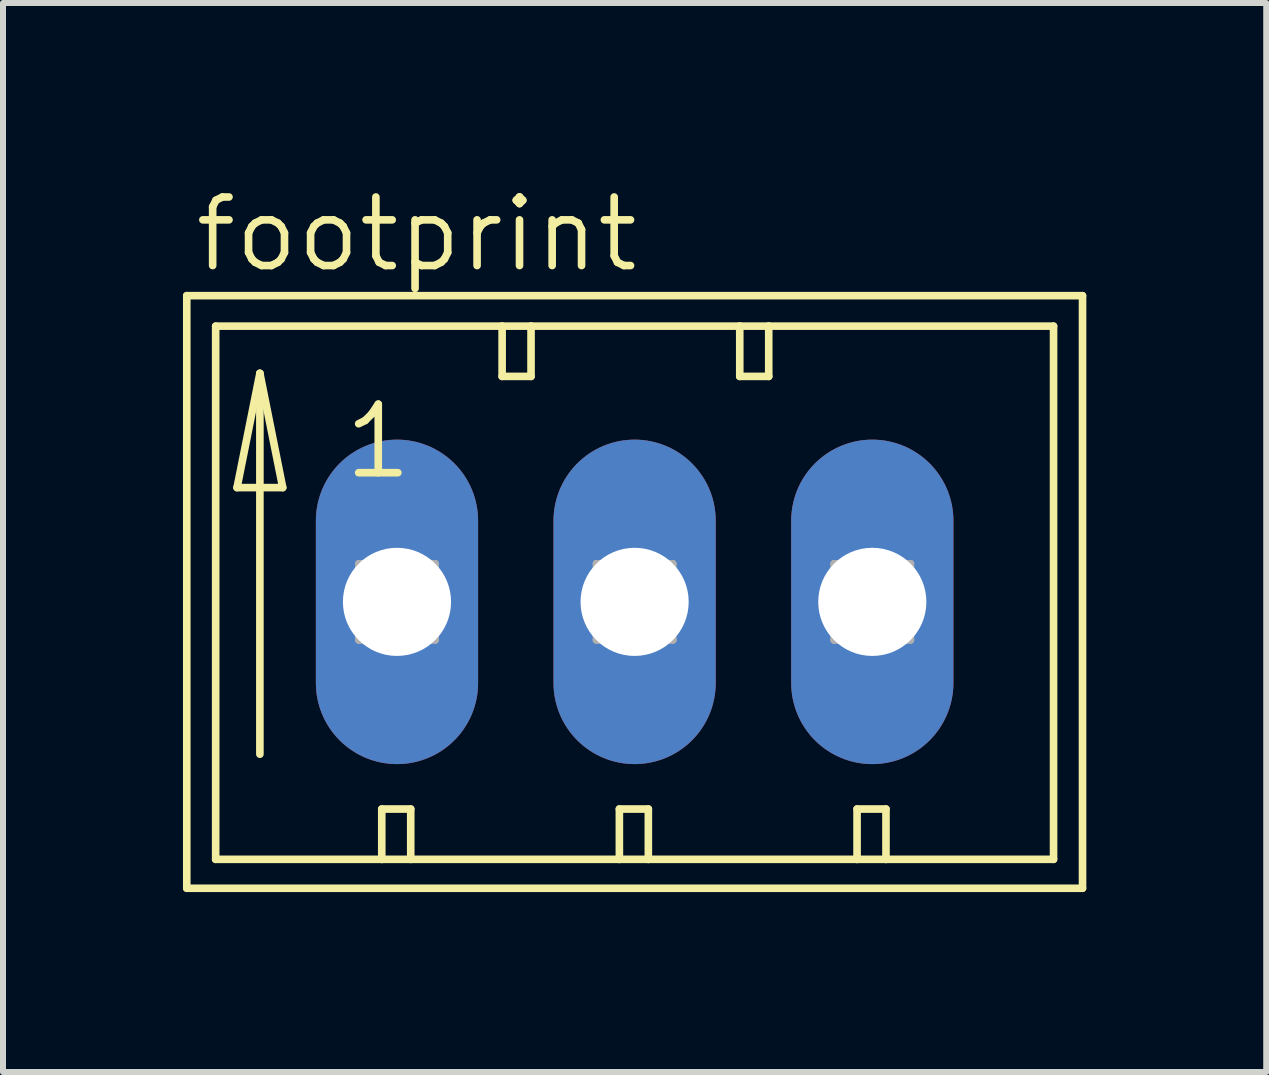
<source format=kicad_pcb>
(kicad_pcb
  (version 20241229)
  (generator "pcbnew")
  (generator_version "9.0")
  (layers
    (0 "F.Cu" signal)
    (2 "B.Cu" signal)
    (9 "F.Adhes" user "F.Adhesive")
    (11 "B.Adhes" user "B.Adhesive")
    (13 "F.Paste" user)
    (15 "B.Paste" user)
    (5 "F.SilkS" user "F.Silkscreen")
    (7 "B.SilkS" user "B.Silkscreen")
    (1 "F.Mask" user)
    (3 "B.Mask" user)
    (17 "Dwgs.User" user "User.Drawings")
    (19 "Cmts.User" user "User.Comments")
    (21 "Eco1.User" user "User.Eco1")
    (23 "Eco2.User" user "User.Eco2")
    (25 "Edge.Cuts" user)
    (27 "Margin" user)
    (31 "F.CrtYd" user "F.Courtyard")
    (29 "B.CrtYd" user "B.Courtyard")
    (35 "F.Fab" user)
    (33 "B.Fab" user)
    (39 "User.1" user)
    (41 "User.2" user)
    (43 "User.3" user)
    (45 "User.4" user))
  (footprint "footprint"
    (layer "F.Cu")
    (at 1.029 6.985)
    (property "Reference" "footprint" (at -0.889 -5.461 0) (layer "F.SilkS") (effects (font (size 1.143 1.143) (thickness 0.127)) (justify left bottom)))
    (fp_line (start -0.965 -5.105) (end -0.965 4.775) (stroke (width 0.127) (type solid)) (layer "F.SilkS"))
    (fp_line (start -0.965 4.775) (end 13.97 4.775) (stroke (width 0.127) (type solid)) (layer "F.SilkS"))
    (fp_line (start -0.483 -4.597) (end -0.483 4.293) (stroke (width 0.127) (type solid)) (layer "F.SilkS"))
    (fp_line (start -0.483 4.293) (end 2.286 4.293) (stroke (width 0.127) (type solid)) (layer "F.SilkS"))
    (fp_line (start -0.127 -1.905) (end 0.635 -1.905) (stroke (width 0.127) (type solid)) (layer "F.SilkS"))
    (fp_line (start 0.254 -3.81) (end -0.127 -1.905) (stroke (width 0.127) (type solid)) (layer "F.SilkS"))
    (fp_line (start 0.254 -3.81) (end 0.635 -1.905) (stroke (width 0.127) (type solid)) (layer "F.SilkS"))
    (fp_line (start 0.254 2.54) (end 0.254 -3.81) (stroke (width 0.127) (type solid)) (layer "F.SilkS"))
    (fp_line (start 2.286 3.454) (end 2.286 4.293) (stroke (width 0.127) (type solid)) (layer "F.SilkS"))
    (fp_line (start 2.286 3.454) (end 2.769 3.454) (stroke (width 0.127) (type solid)) (layer "F.SilkS"))
    (fp_line (start 2.286 4.293) (end 2.769 4.293) (stroke (width 0.127) (type solid)) (layer "F.SilkS"))
    (fp_line (start 2.769 3.454) (end 2.769 4.293) (stroke (width 0.127) (type solid)) (layer "F.SilkS"))
    (fp_line (start 2.769 4.293) (end 6.248 4.293) (stroke (width 0.127) (type solid)) (layer "F.SilkS"))
    (fp_line (start 4.293 -4.597) (end -0.483 -4.597) (stroke (width 0.127) (type solid)) (layer "F.SilkS"))
    (fp_line (start 4.293 -4.597) (end 4.293 -3.759) (stroke (width 0.127) (type solid)) (layer "F.SilkS"))
    (fp_line (start 4.293 -3.759) (end 4.775 -3.759) (stroke (width 0.127) (type solid)) (layer "F.SilkS"))
    (fp_line (start 4.775 -4.597) (end 4.293 -4.597) (stroke (width 0.127) (type solid)) (layer "F.SilkS"))
    (fp_line (start 4.775 -3.759) (end 4.775 -4.597) (stroke (width 0.127) (type solid)) (layer "F.SilkS"))
    (fp_line (start 6.248 3.454) (end 6.248 4.293) (stroke (width 0.127) (type solid)) (layer "F.SilkS"))
    (fp_line (start 6.248 3.454) (end 6.731 3.454) (stroke (width 0.127) (type solid)) (layer "F.SilkS"))
    (fp_line (start 6.248 4.293) (end 6.731 4.293) (stroke (width 0.127) (type solid)) (layer "F.SilkS"))
    (fp_line (start 6.731 3.454) (end 6.731 4.293) (stroke (width 0.127) (type solid)) (layer "F.SilkS"))
    (fp_line (start 6.731 4.293) (end 10.211 4.293) (stroke (width 0.127) (type solid)) (layer "F.SilkS"))
    (fp_line (start 8.255 -4.597) (end 4.775 -4.597) (stroke (width 0.127) (type solid)) (layer "F.SilkS"))
    (fp_line (start 8.255 -3.759) (end 8.255 -4.597) (stroke (width 0.127) (type solid)) (layer "F.SilkS"))
    (fp_line (start 8.255 -3.759) (end 8.738 -3.759) (stroke (width 0.127) (type solid)) (layer "F.SilkS"))
    (fp_line (start 8.738 -4.597) (end 8.255 -4.597) (stroke (width 0.127) (type solid)) (layer "F.SilkS"))
    (fp_line (start 8.738 -3.759) (end 8.738 -4.597) (stroke (width 0.127) (type solid)) (layer "F.SilkS"))
    (fp_line (start 10.211 3.454) (end 10.211 4.293) (stroke (width 0.127) (type solid)) (layer "F.SilkS"))
    (fp_line (start 10.211 3.454) (end 10.693 3.454) (stroke (width 0.127) (type solid)) (layer "F.SilkS"))
    (fp_line (start 10.211 4.293) (end 10.693 4.293) (stroke (width 0.127) (type solid)) (layer "F.SilkS"))
    (fp_line (start 10.693 3.454) (end 10.693 4.293) (stroke (width 0.127) (type solid)) (layer "F.SilkS"))
    (fp_line (start 10.693 4.293) (end 13.487 4.293) (stroke (width 0.127) (type solid)) (layer "F.SilkS"))
    (fp_line (start 13.487 -4.597) (end 8.738 -4.597) (stroke (width 0.127) (type solid)) (layer "F.SilkS"))
    (fp_line (start 13.487 4.293) (end 13.487 -4.597) (stroke (width 0.127) (type solid)) (layer "F.SilkS"))
    (fp_line (start 13.97 -5.105) (end -0.965 -5.105) (stroke (width 0.127) (type solid)) (layer "F.SilkS"))
    (fp_line (start 13.97 4.775) (end 13.97 -5.105) (stroke (width 0.127) (type solid)) (layer "F.SilkS"))
    (fp_line (start 1.905 -0.635) (end 1.905 0.635) (stroke (width 0.127) (type solid)) (layer "F.Fab"))
    (fp_line (start 1.905 -0.635) (end 3.175 0.635) (stroke (width 0.127) (type solid)) (layer "F.Fab"))
    (fp_line (start 1.905 0.635) (end 3.175 0.635) (stroke (width 0.127) (type solid)) (layer "F.Fab"))
    (fp_line (start 3.175 -0.635) (end 1.905 -0.635) (stroke (width 0.127) (type solid)) (layer "F.Fab"))
    (fp_line (start 3.175 -0.635) (end 1.905 0.635) (stroke (width 0.127) (type solid)) (layer "F.Fab"))
    (fp_line (start 3.175 0.635) (end 3.175 -0.635) (stroke (width 0.127) (type solid)) (layer "F.Fab"))
    (fp_line (start 5.867 -0.635) (end 5.867 0.635) (stroke (width 0.127) (type solid)) (layer "F.Fab"))
    (fp_line (start 5.867 -0.635) (end 7.137 0.635) (stroke (width 0.127) (type solid)) (layer "F.Fab"))
    (fp_line (start 5.867 0.635) (end 7.137 0.635) (stroke (width 0.127) (type solid)) (layer "F.Fab"))
    (fp_line (start 7.137 -0.635) (end 5.867 -0.635) (stroke (width 0.127) (type solid)) (layer "F.Fab"))
    (fp_line (start 7.137 -0.635) (end 5.867 0.635) (stroke (width 0.127) (type solid)) (layer "F.Fab"))
    (fp_line (start 7.137 0.635) (end 7.137 -0.635) (stroke (width 0.127) (type solid)) (layer "F.Fab"))
    (fp_line (start 9.83 -0.635) (end 9.83 0.635) (stroke (width 0.127) (type solid)) (layer "F.Fab"))
    (fp_line (start 9.83 -0.635) (end 11.1 0.635) (stroke (width 0.127) (type solid)) (layer "F.Fab"))
    (fp_line (start 9.83 0.635) (end 11.1 0.635) (stroke (width 0.127) (type solid)) (layer "F.Fab"))
    (fp_line (start 11.1 -0.635) (end 9.83 -0.635) (stroke (width 0.127) (type solid)) (layer "F.Fab"))
    (fp_line (start 11.1 -0.635) (end 9.83 0.635) (stroke (width 0.127) (type solid)) (layer "F.Fab"))
    (fp_line (start 11.1 0.635) (end 11.1 -0.635) (stroke (width 0.127) (type solid)) (layer "F.Fab"))
    (fp_text user "1" (at 1.6 -2.007 0) (layer "F.SilkS") (effects (font (size 1.143 1.143) (thickness 0.127)) (justify left bottom)))
    (pad "1" thru_hole oval (at 2.54 0 90) (size 5.41 2.705) (drill 1.803) (layers "*.Cu" "*.Mask"))
    (pad "2" thru_hole oval (at 6.502 0 90) (size 5.41 2.705) (drill 1.803) (layers "*.Cu" "*.Mask"))
    (pad "3" thru_hole oval (at 10.465 0 90) (size 5.41 2.705) (drill 1.803) (layers "*.Cu" "*.Mask")))
  (gr_rect
    (start -3 -3)
    (end 18.062 14.824)
    (stroke (width 0.1) (type default))
    (fill no)
    (layer "Edge.Cuts")))
</source>
